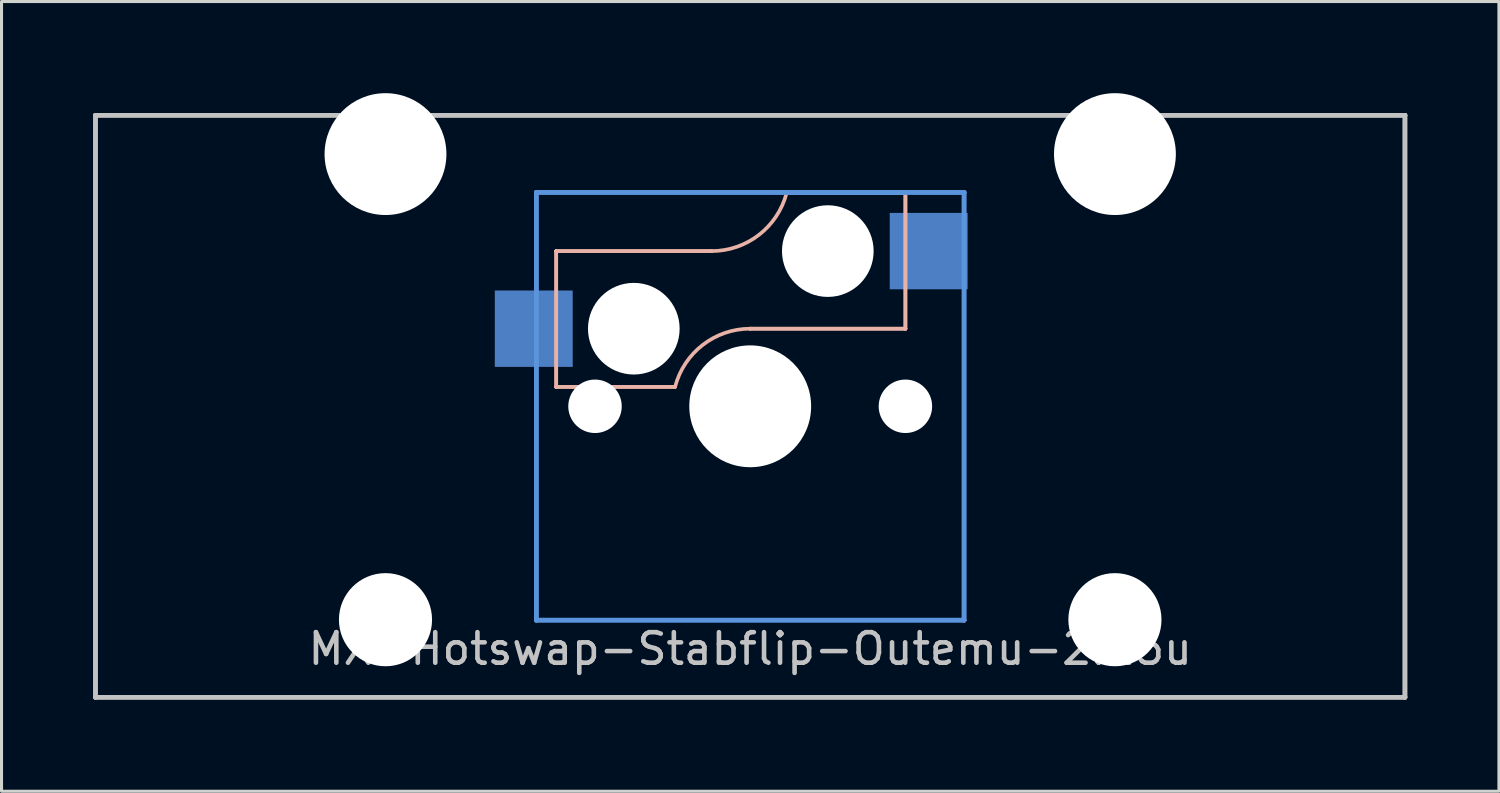
<source format=kicad_pcb>
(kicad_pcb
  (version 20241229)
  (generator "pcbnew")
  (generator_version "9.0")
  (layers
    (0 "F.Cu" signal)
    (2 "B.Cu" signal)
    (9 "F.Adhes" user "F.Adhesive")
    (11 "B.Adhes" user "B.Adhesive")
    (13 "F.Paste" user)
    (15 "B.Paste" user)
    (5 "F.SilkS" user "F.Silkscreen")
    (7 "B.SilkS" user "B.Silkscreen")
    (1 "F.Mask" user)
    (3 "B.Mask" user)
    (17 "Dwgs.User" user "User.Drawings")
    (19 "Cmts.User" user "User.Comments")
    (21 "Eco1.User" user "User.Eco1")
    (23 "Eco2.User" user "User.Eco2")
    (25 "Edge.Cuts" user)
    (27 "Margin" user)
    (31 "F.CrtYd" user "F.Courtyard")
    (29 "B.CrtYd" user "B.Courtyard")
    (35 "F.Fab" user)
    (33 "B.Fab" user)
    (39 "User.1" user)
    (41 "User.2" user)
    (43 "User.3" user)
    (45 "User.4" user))
  (footprint "MX-Hotswap-Stabflip-Outemu-2.25u"
    (layer "F.Cu")
    (at 21.506 10.249)
    (property "Reference" "MX-Hotswap-Stabflip-Outemu-2.25u" (at 0 7.938 0) (layer "Dwgs.User") (effects (font (size 1 1) (thickness 0.15))))
    (attr through_hole)
    (fp_line (start -6.35 -5.08) (end -6.35 -5.08) (stroke (width 0.12) (type solid)) (layer "B.SilkS"))
    (fp_line (start -6.35 -5.08) (end -6.35 -5.08) (stroke (width 0.12) (type solid)) (layer "B.SilkS"))
    (fp_line (start -6.35 -5.08) (end -6.35 -0.635) (stroke (width 0.12) (type solid)) (layer "B.SilkS"))
    (fp_line (start -6.35 -5.08) (end -1.27 -5.08) (stroke (width 0.12) (type solid)) (layer "B.SilkS"))
    (fp_line (start -6.35 -0.635) (end -6.35 -5.08) (stroke (width 0.12) (type solid)) (layer "B.SilkS"))
    (fp_line (start -6.35 -0.635) (end -6.35 -0.635) (stroke (width 0.12) (type solid)) (layer "B.SilkS"))
    (fp_line (start -6.35 -0.635) (end -6.35 -0.635) (stroke (width 0.12) (type solid)) (layer "B.SilkS"))
    (fp_line (start -6.35 -0.635) (end -2.464 -0.635) (stroke (width 0.12) (type solid)) (layer "B.SilkS"))
    (fp_line (start -2.464 -0.635) (end -6.35 -0.635) (stroke (width 0.12) (type solid)) (layer "B.SilkS"))
    (fp_line (start -2.464 -0.635) (end -2.464 -0.635) (stroke (width 0.12) (type solid)) (layer "B.SilkS"))
    (fp_line (start -1.27 -5.08) (end -6.35 -5.08) (stroke (width 0.12) (type solid)) (layer "B.SilkS"))
    (fp_line (start -1.27 -5.08) (end -1.27 -5.08) (stroke (width 0.12) (type solid)) (layer "B.SilkS"))
    (fp_line (start 0 -2.54) (end 0 -2.54) (stroke (width 0.12) (type solid)) (layer "B.SilkS"))
    (fp_line (start 0 -2.54) (end 5.08 -2.54) (stroke (width 0.12) (type solid)) (layer "B.SilkS"))
    (fp_line (start 1.194 -6.985) (end 1.194 -6.985) (stroke (width 0.12) (type solid)) (layer "B.SilkS"))
    (fp_line (start 1.194 -6.985) (end 5.08 -6.985) (stroke (width 0.12) (type solid)) (layer "B.SilkS"))
    (fp_line (start 5.08 -6.985) (end 1.194 -6.985) (stroke (width 0.12) (type solid)) (layer "B.SilkS"))
    (fp_line (start 5.08 -6.985) (end 5.08 -6.985) (stroke (width 0.12) (type solid)) (layer "B.SilkS"))
    (fp_line (start 5.08 -6.985) (end 5.08 -6.985) (stroke (width 0.12) (type solid)) (layer "B.SilkS"))
    (fp_line (start 5.08 -6.985) (end 5.08 -2.54) (stroke (width 0.12) (type solid)) (layer "B.SilkS"))
    (fp_line (start 5.08 -2.54) (end 0 -2.54) (stroke (width 0.12) (type solid)) (layer "B.SilkS"))
    (fp_line (start 5.08 -2.54) (end 5.08 -6.985) (stroke (width 0.12) (type solid)) (layer "B.SilkS"))
    (fp_line (start 5.08 -2.54) (end 5.08 -2.54) (stroke (width 0.12) (type solid)) (layer "B.SilkS"))
    (fp_line (start 5.08 -2.54) (end 5.08 -2.54) (stroke (width 0.12) (type solid)) (layer "B.SilkS"))
    (fp_arc (start -2.457981 -0.640256) (mid -1.553279 -2.009707) (end 0 -2.54) (stroke (width 0.12) (type solid)) (layer "B.SilkS"))
    (fp_arc (start 1.191368 -6.982362) (mid 0.285419 -5.611023) (end -1.27 -5.08) (stroke (width 0.12) (type solid)) (layer "B.SilkS"))
    (fp_line (start -21.431 -9.525) (end -21.431 -9.525) (stroke (width 0.15) (type solid)) (layer "Dwgs.User"))
    (fp_line (start -21.431 -9.525) (end -21.431 -9.525) (stroke (width 0.15) (type solid)) (layer "Dwgs.User"))
    (fp_line (start -21.431 -9.525) (end -21.431 9.525) (stroke (width 0.15) (type solid)) (layer "Dwgs.User"))
    (fp_line (start -21.431 -9.525) (end 21.431 -9.525) (stroke (width 0.15) (type solid)) (layer "Dwgs.User"))
    (fp_line (start -21.431 9.525) (end -21.431 -9.525) (stroke (width 0.15) (type solid)) (layer "Dwgs.User"))
    (fp_line (start -21.431 9.525) (end -21.431 9.525) (stroke (width 0.15) (type solid)) (layer "Dwgs.User"))
    (fp_line (start -21.431 9.525) (end -21.431 9.525) (stroke (width 0.15) (type solid)) (layer "Dwgs.User"))
    (fp_line (start -21.431 9.525) (end 21.431 9.525) (stroke (width 0.15) (type solid)) (layer "Dwgs.User"))
    (fp_line (start 21.431 -9.525) (end -21.431 -9.525) (stroke (width 0.15) (type solid)) (layer "Dwgs.User"))
    (fp_line (start 21.431 -9.525) (end 21.431 -9.525) (stroke (width 0.15) (type solid)) (layer "Dwgs.User"))
    (fp_line (start 21.431 -9.525) (end 21.431 -9.525) (stroke (width 0.15) (type solid)) (layer "Dwgs.User"))
    (fp_line (start 21.431 -9.525) (end 21.431 9.525) (stroke (width 0.15) (type solid)) (layer "Dwgs.User"))
    (fp_line (start 21.431 9.525) (end -21.431 9.525) (stroke (width 0.15) (type solid)) (layer "Dwgs.User"))
    (fp_line (start 21.431 9.525) (end 21.431 -9.525) (stroke (width 0.15) (type solid)) (layer "Dwgs.User"))
    (fp_line (start 21.431 9.525) (end 21.431 9.525) (stroke (width 0.15) (type solid)) (layer "Dwgs.User"))
    (fp_line (start 21.431 9.525) (end 21.431 9.525) (stroke (width 0.15) (type solid)) (layer "Dwgs.User"))
    (fp_line (start -7 -7) (end -7 -7) (stroke (width 0.15) (type solid)) (layer "Cmts.User"))
    (fp_line (start -7 -7) (end -7 -7) (stroke (width 0.15) (type solid)) (layer "Cmts.User"))
    (fp_line (start -7 -7) (end -7 7) (stroke (width 0.15) (type solid)) (layer "Cmts.User"))
    (fp_line (start -7 -7) (end 7 -7) (stroke (width 0.15) (type solid)) (layer "Cmts.User"))
    (fp_line (start -7 7) (end -7 -7) (stroke (width 0.15) (type solid)) (layer "Cmts.User"))
    (fp_line (start -7 7) (end -7 7) (stroke (width 0.15) (type solid)) (layer "Cmts.User"))
    (fp_line (start -7 7) (end -7 7) (stroke (width 0.15) (type solid)) (layer "Cmts.User"))
    (fp_line (start -7 7) (end 7 7) (stroke (width 0.15) (type solid)) (layer "Cmts.User"))
    (fp_line (start 7 -7) (end -7 -7) (stroke (width 0.15) (type solid)) (layer "Cmts.User"))
    (fp_line (start 7 -7) (end 7 -7) (stroke (width 0.15) (type solid)) (layer "Cmts.User"))
    (fp_line (start 7 -7) (end 7 -7) (stroke (width 0.15) (type solid)) (layer "Cmts.User"))
    (fp_line (start 7 -7) (end 7 7) (stroke (width 0.15) (type solid)) (layer "Cmts.User"))
    (fp_line (start 7 7) (end -7 7) (stroke (width 0.15) (type solid)) (layer "Cmts.User"))
    (fp_line (start 7 7) (end 7 -7) (stroke (width 0.15) (type solid)) (layer "Cmts.User"))
    (fp_line (start 7 7) (end 7 7) (stroke (width 0.15) (type solid)) (layer "Cmts.User"))
    (fp_line (start 7 7) (end 7 7) (stroke (width 0.15) (type solid)) (layer "Cmts.User"))
    (pad "" np_thru_hole circle (at -11.938 -8.255) (size 3.988 3.988) (drill 3.988) (layers "*.Cu" "*.Mask"))
    (pad "" np_thru_hole circle (at -11.938 6.985) (size 3.048 3.048) (drill 3.048) (layers "*.Cu" "*.Mask"))
    (pad "" np_thru_hole circle (at -5.08 0) (size 1.75 1.75) (drill 1.75) (layers "*.Cu" "*.Mask"))
    (pad "" np_thru_hole circle (at -3.81 -2.54) (size 3 3) (drill 3) (layers "*.Cu" "*.Mask"))
    (pad "" np_thru_hole circle (at 0 0) (size 3.988 3.988) (drill 3.988) (layers "*.Cu" "*.Mask"))
    (pad "" np_thru_hole circle (at 2.54 -5.08) (size 3 3) (drill 3) (layers "*.Cu" "*.Mask"))
    (pad "" np_thru_hole circle (at 5.08 0) (size 1.75 1.75) (drill 1.75) (layers "*.Cu" "*.Mask"))
    (pad "" np_thru_hole circle (at 11.938 -8.255) (size 3.988 3.988) (drill 3.988) (layers "*.Cu" "*.Mask"))
    (pad "" np_thru_hole circle (at 11.938 6.985) (size 3.048 3.048) (drill 3.048) (layers "*.Cu" "*.Mask"))
    (pad "1" smd rect (at -7.085 -2.54) (size 2.55 2.5) (layers "B.Cu" "B.Mask" "B.Paste"))
    (pad "2" smd rect (at 5.842 -5.08) (size 2.55 2.5) (layers "B.Cu" "B.Mask" "B.Paste")))
  (gr_rect
    (start -3 -3)
    (end 46.013 22.849)
    (stroke (width 0.1) (type default))
    (fill no)
    (layer "Edge.Cuts")))
</source>
